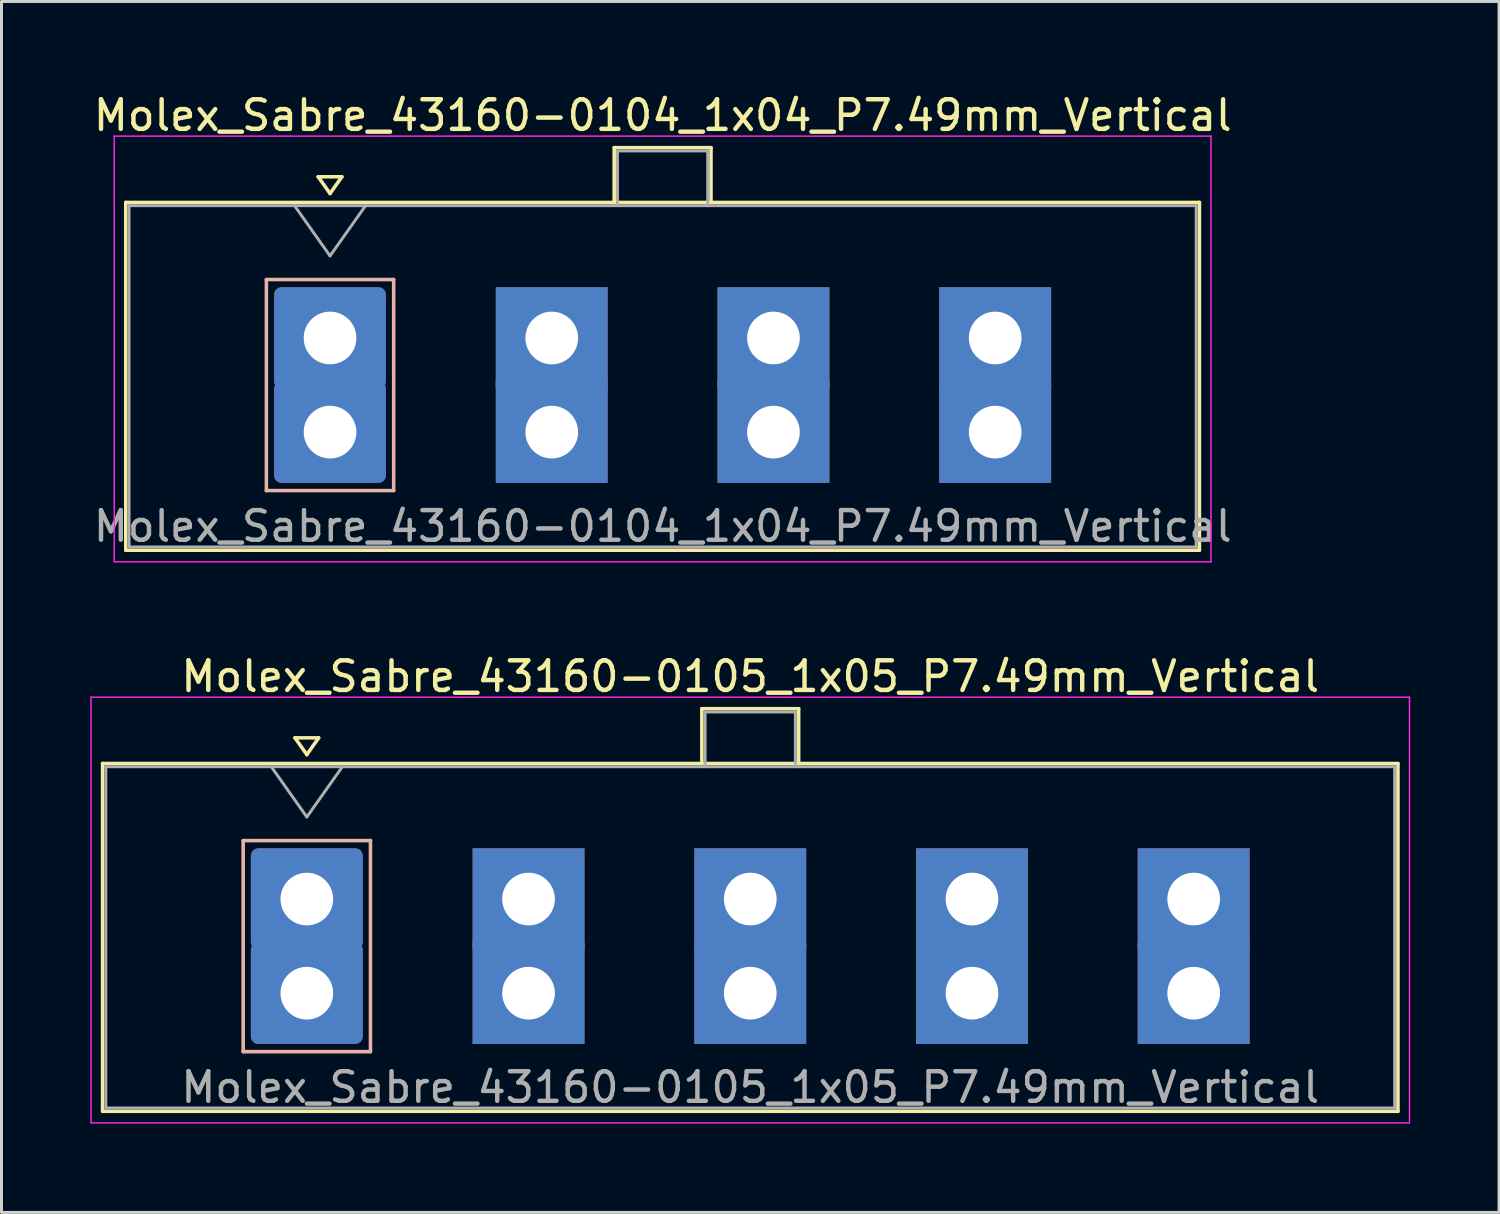
<source format=kicad_pcb>
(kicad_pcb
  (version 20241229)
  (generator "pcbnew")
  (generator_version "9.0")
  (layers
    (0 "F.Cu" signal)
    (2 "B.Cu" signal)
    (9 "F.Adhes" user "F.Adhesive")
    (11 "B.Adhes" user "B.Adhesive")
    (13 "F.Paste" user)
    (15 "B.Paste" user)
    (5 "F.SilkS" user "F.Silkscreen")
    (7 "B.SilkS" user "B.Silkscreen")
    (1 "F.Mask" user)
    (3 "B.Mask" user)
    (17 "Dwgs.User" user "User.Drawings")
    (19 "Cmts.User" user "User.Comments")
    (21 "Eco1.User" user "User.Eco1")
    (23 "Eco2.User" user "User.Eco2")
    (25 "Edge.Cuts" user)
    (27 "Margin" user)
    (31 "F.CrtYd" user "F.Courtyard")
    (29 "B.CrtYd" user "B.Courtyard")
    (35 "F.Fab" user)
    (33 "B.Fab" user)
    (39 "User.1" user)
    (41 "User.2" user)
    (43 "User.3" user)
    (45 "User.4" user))
  (footprint "Molex_Sabre_43160-0104_1x04_P7.49mm_Vertical"
    (layer "F.Cu")
    (at 8.099 11.548)
    (property "Reference" "Molex_Sabre_43160-0104_1x04_P7.49mm_Vertical" (at 11.24 -10.7 0) (layer "F.SilkS") (effects (font (size 1 1) (thickness 0.15))))
    (attr through_hole)
    (fp_line (start -6.9 -7.76) (end -6.9 3.99) (stroke (width 0.12) (type solid)) (layer "F.SilkS"))
    (fp_line (start -6.9 3.99) (end 29.37 3.99) (stroke (width 0.12) (type solid)) (layer "F.SilkS"))
    (fp_line (start -0.4 -8.626) (end 0 -8.06) (stroke (width 0.12) (type solid)) (layer "F.SilkS"))
    (fp_line (start 0 -8.06) (end 0.4 -8.626) (stroke (width 0.12) (type solid)) (layer "F.SilkS"))
    (fp_line (start 0.4 -8.626) (end -0.4 -8.626) (stroke (width 0.12) (type solid)) (layer "F.SilkS"))
    (fp_line (start 9.6 -9.61) (end 12.87 -9.61) (stroke (width 0.12) (type solid)) (layer "F.SilkS"))
    (fp_line (start 9.6 -7.76) (end 9.6 -9.61) (stroke (width 0.12) (type solid)) (layer "F.SilkS"))
    (fp_line (start 12.87 -9.61) (end 12.87 -7.76) (stroke (width 0.12) (type solid)) (layer "F.SilkS"))
    (fp_line (start 29.37 -7.76) (end -6.9 -7.76) (stroke (width 0.12) (type solid)) (layer "F.SilkS"))
    (fp_line (start 29.37 3.99) (end 29.37 -7.76) (stroke (width 0.12) (type solid)) (layer "F.SilkS"))
    (fp_line (start -2.15 -5.155) (end -2.15 1.975) (stroke (width 0.12) (type solid)) (layer "B.SilkS"))
    (fp_line (start -2.15 1.975) (end 2.15 1.975) (stroke (width 0.12) (type solid)) (layer "B.SilkS"))
    (fp_line (start 2.15 -5.155) (end -2.15 -5.155) (stroke (width 0.12) (type solid)) (layer "B.SilkS"))
    (fp_line (start 2.15 1.975) (end 2.15 -5.155) (stroke (width 0.12) (type solid)) (layer "B.SilkS"))
    (fp_line (start -7.29 -10) (end -7.29 4.38) (stroke (width 0.05) (type solid)) (layer "F.CrtYd"))
    (fp_line (start -7.29 4.38) (end 29.76 4.38) (stroke (width 0.05) (type solid)) (layer "F.CrtYd"))
    (fp_line (start 29.76 -10) (end -7.29 -10) (stroke (width 0.05) (type solid)) (layer "F.CrtYd"))
    (fp_line (start 29.76 4.38) (end 29.76 -10) (stroke (width 0.05) (type solid)) (layer "F.CrtYd"))
    (fp_line (start -6.79 -7.65) (end -6.79 3.88) (stroke (width 0.1) (type solid)) (layer "F.Fab"))
    (fp_line (start -6.79 3.88) (end 29.26 3.88) (stroke (width 0.1) (type solid)) (layer "F.Fab"))
    (fp_line (start -1.2 -7.65) (end 0 -5.953) (stroke (width 0.1) (type solid)) (layer "F.Fab"))
    (fp_line (start 0 -5.953) (end 1.2 -7.65) (stroke (width 0.1) (type solid)) (layer "F.Fab"))
    (fp_line (start 9.71 -9.5) (end 12.76 -9.5) (stroke (width 0.1) (type solid)) (layer "F.Fab"))
    (fp_line (start 9.71 -7.65) (end 9.71 -9.5) (stroke (width 0.1) (type solid)) (layer "F.Fab"))
    (fp_line (start 12.76 -9.5) (end 12.76 -7.65) (stroke (width 0.1) (type solid)) (layer "F.Fab"))
    (fp_line (start 29.26 -7.65) (end -6.79 -7.65) (stroke (width 0.1) (type solid)) (layer "F.Fab"))
    (fp_line (start 29.26 3.88) (end 29.26 -7.65) (stroke (width 0.1) (type solid)) (layer "F.Fab"))
    (fp_text user "${REFERENCE}" (at 11.24 3.18 0) (layer "F.Fab") (effects (font (size 1 1) (thickness 0.15))))
    (pad "1" thru_hole roundrect (at 0 -3.18) (size 3.78 3.43) (drill 1.78) (layers "*.Cu" "*.Mask") (roundrect_rratio 0.073))
    (pad "1" thru_hole roundrect (at 0 0) (size 3.78 3.43) (drill 1.78) (layers "*.Cu" "*.Mask") (roundrect_rratio 0.073))
    (pad "2" thru_hole rect (at 7.49 -3.18) (size 3.78 3.43) (drill 1.78) (layers "*.Cu" "*.Mask"))
    (pad "2" thru_hole rect (at 7.49 0) (size 3.78 3.43) (drill 1.78) (layers "*.Cu" "*.Mask"))
    (pad "3" thru_hole rect (at 14.98 -3.18) (size 3.78 3.43) (drill 1.78) (layers "*.Cu" "*.Mask"))
    (pad "3" thru_hole rect (at 14.98 0) (size 3.78 3.43) (drill 1.78) (layers "*.Cu" "*.Mask"))
    (pad "4" thru_hole rect (at 22.47 -3.18) (size 3.78 3.43) (drill 1.78) (layers "*.Cu" "*.Mask"))
    (pad "4" thru_hole rect (at 22.47 0) (size 3.78 3.43) (drill 1.78) (layers "*.Cu" "*.Mask")))
  (footprint "Molex_Sabre_43160-0105_1x05_P7.49mm_Vertical"
    (layer "F.Cu")
    (at 7.315 30.502)
    (property "Reference" "Molex_Sabre_43160-0105_1x05_P7.49mm_Vertical" (at 14.98 -10.7 0) (layer "F.SilkS") (effects (font (size 1 1) (thickness 0.15))))
    (attr through_hole)
    (fp_line (start -6.9 -7.76) (end -6.9 3.99) (stroke (width 0.12) (type solid)) (layer "F.SilkS"))
    (fp_line (start -6.9 3.99) (end 36.86 3.99) (stroke (width 0.12) (type solid)) (layer "F.SilkS"))
    (fp_line (start -0.4 -8.626) (end 0 -8.06) (stroke (width 0.12) (type solid)) (layer "F.SilkS"))
    (fp_line (start 0 -8.06) (end 0.4 -8.626) (stroke (width 0.12) (type solid)) (layer "F.SilkS"))
    (fp_line (start 0.4 -8.626) (end -0.4 -8.626) (stroke (width 0.12) (type solid)) (layer "F.SilkS"))
    (fp_line (start 13.345 -9.61) (end 16.615 -9.61) (stroke (width 0.12) (type solid)) (layer "F.SilkS"))
    (fp_line (start 13.345 -7.76) (end 13.345 -9.61) (stroke (width 0.12) (type solid)) (layer "F.SilkS"))
    (fp_line (start 16.615 -9.61) (end 16.615 -7.76) (stroke (width 0.12) (type solid)) (layer "F.SilkS"))
    (fp_line (start 36.86 -7.76) (end -6.9 -7.76) (stroke (width 0.12) (type solid)) (layer "F.SilkS"))
    (fp_line (start 36.86 3.99) (end 36.86 -7.76) (stroke (width 0.12) (type solid)) (layer "F.SilkS"))
    (fp_line (start -2.15 -5.155) (end -2.15 1.975) (stroke (width 0.12) (type solid)) (layer "B.SilkS"))
    (fp_line (start -2.15 1.975) (end 2.15 1.975) (stroke (width 0.12) (type solid)) (layer "B.SilkS"))
    (fp_line (start 2.15 -5.155) (end -2.15 -5.155) (stroke (width 0.12) (type solid)) (layer "B.SilkS"))
    (fp_line (start 2.15 1.975) (end 2.15 -5.155) (stroke (width 0.12) (type solid)) (layer "B.SilkS"))
    (fp_line (start -7.29 -10) (end -7.29 4.38) (stroke (width 0.05) (type solid)) (layer "F.CrtYd"))
    (fp_line (start -7.29 4.38) (end 37.25 4.38) (stroke (width 0.05) (type solid)) (layer "F.CrtYd"))
    (fp_line (start 37.25 -10) (end -7.29 -10) (stroke (width 0.05) (type solid)) (layer "F.CrtYd"))
    (fp_line (start 37.25 4.38) (end 37.25 -10) (stroke (width 0.05) (type solid)) (layer "F.CrtYd"))
    (fp_line (start -6.79 -7.65) (end -6.79 3.88) (stroke (width 0.1) (type solid)) (layer "F.Fab"))
    (fp_line (start -6.79 3.88) (end 36.75 3.88) (stroke (width 0.1) (type solid)) (layer "F.Fab"))
    (fp_line (start -1.2 -7.65) (end 0 -5.953) (stroke (width 0.1) (type solid)) (layer "F.Fab"))
    (fp_line (start 0 -5.953) (end 1.2 -7.65) (stroke (width 0.1) (type solid)) (layer "F.Fab"))
    (fp_line (start 13.455 -9.5) (end 16.505 -9.5) (stroke (width 0.1) (type solid)) (layer "F.Fab"))
    (fp_line (start 13.455 -7.65) (end 13.455 -9.5) (stroke (width 0.1) (type solid)) (layer "F.Fab"))
    (fp_line (start 16.505 -9.5) (end 16.505 -7.65) (stroke (width 0.1) (type solid)) (layer "F.Fab"))
    (fp_line (start 36.75 -7.65) (end -6.79 -7.65) (stroke (width 0.1) (type solid)) (layer "F.Fab"))
    (fp_line (start 36.75 3.88) (end 36.75 -7.65) (stroke (width 0.1) (type solid)) (layer "F.Fab"))
    (fp_text user "${REFERENCE}" (at 14.98 3.18 0) (layer "F.Fab") (effects (font (size 1 1) (thickness 0.15))))
    (pad "1" thru_hole roundrect (at 0 -3.18) (size 3.78 3.43) (drill 1.78) (layers "*.Cu" "*.Mask") (roundrect_rratio 0.073))
    (pad "1" thru_hole roundrect (at 0 0) (size 3.78 3.43) (drill 1.78) (layers "*.Cu" "*.Mask") (roundrect_rratio 0.073))
    (pad "2" thru_hole rect (at 7.49 -3.18) (size 3.78 3.43) (drill 1.78) (layers "*.Cu" "*.Mask"))
    (pad "2" thru_hole rect (at 7.49 0) (size 3.78 3.43) (drill 1.78) (layers "*.Cu" "*.Mask"))
    (pad "3" thru_hole rect (at 14.98 -3.18) (size 3.78 3.43) (drill 1.78) (layers "*.Cu" "*.Mask"))
    (pad "3" thru_hole rect (at 14.98 0) (size 3.78 3.43) (drill 1.78) (layers "*.Cu" "*.Mask"))
    (pad "4" thru_hole rect (at 22.47 -3.18) (size 3.78 3.43) (drill 1.78) (layers "*.Cu" "*.Mask"))
    (pad "4" thru_hole rect (at 22.47 0) (size 3.78 3.43) (drill 1.78) (layers "*.Cu" "*.Mask"))
    (pad "5" thru_hole rect (at 29.96 -3.18) (size 3.78 3.43) (drill 1.78) (layers "*.Cu" "*.Mask"))
    (pad "5" thru_hole rect (at 29.96 0) (size 3.78 3.43) (drill 1.78) (layers "*.Cu" "*.Mask")))
  (gr_rect
    (start -3 -3)
    (end 47.59 37.907)
    (stroke (width 0.1) (type default))
    (fill no)
    (layer "Edge.Cuts")))
</source>
